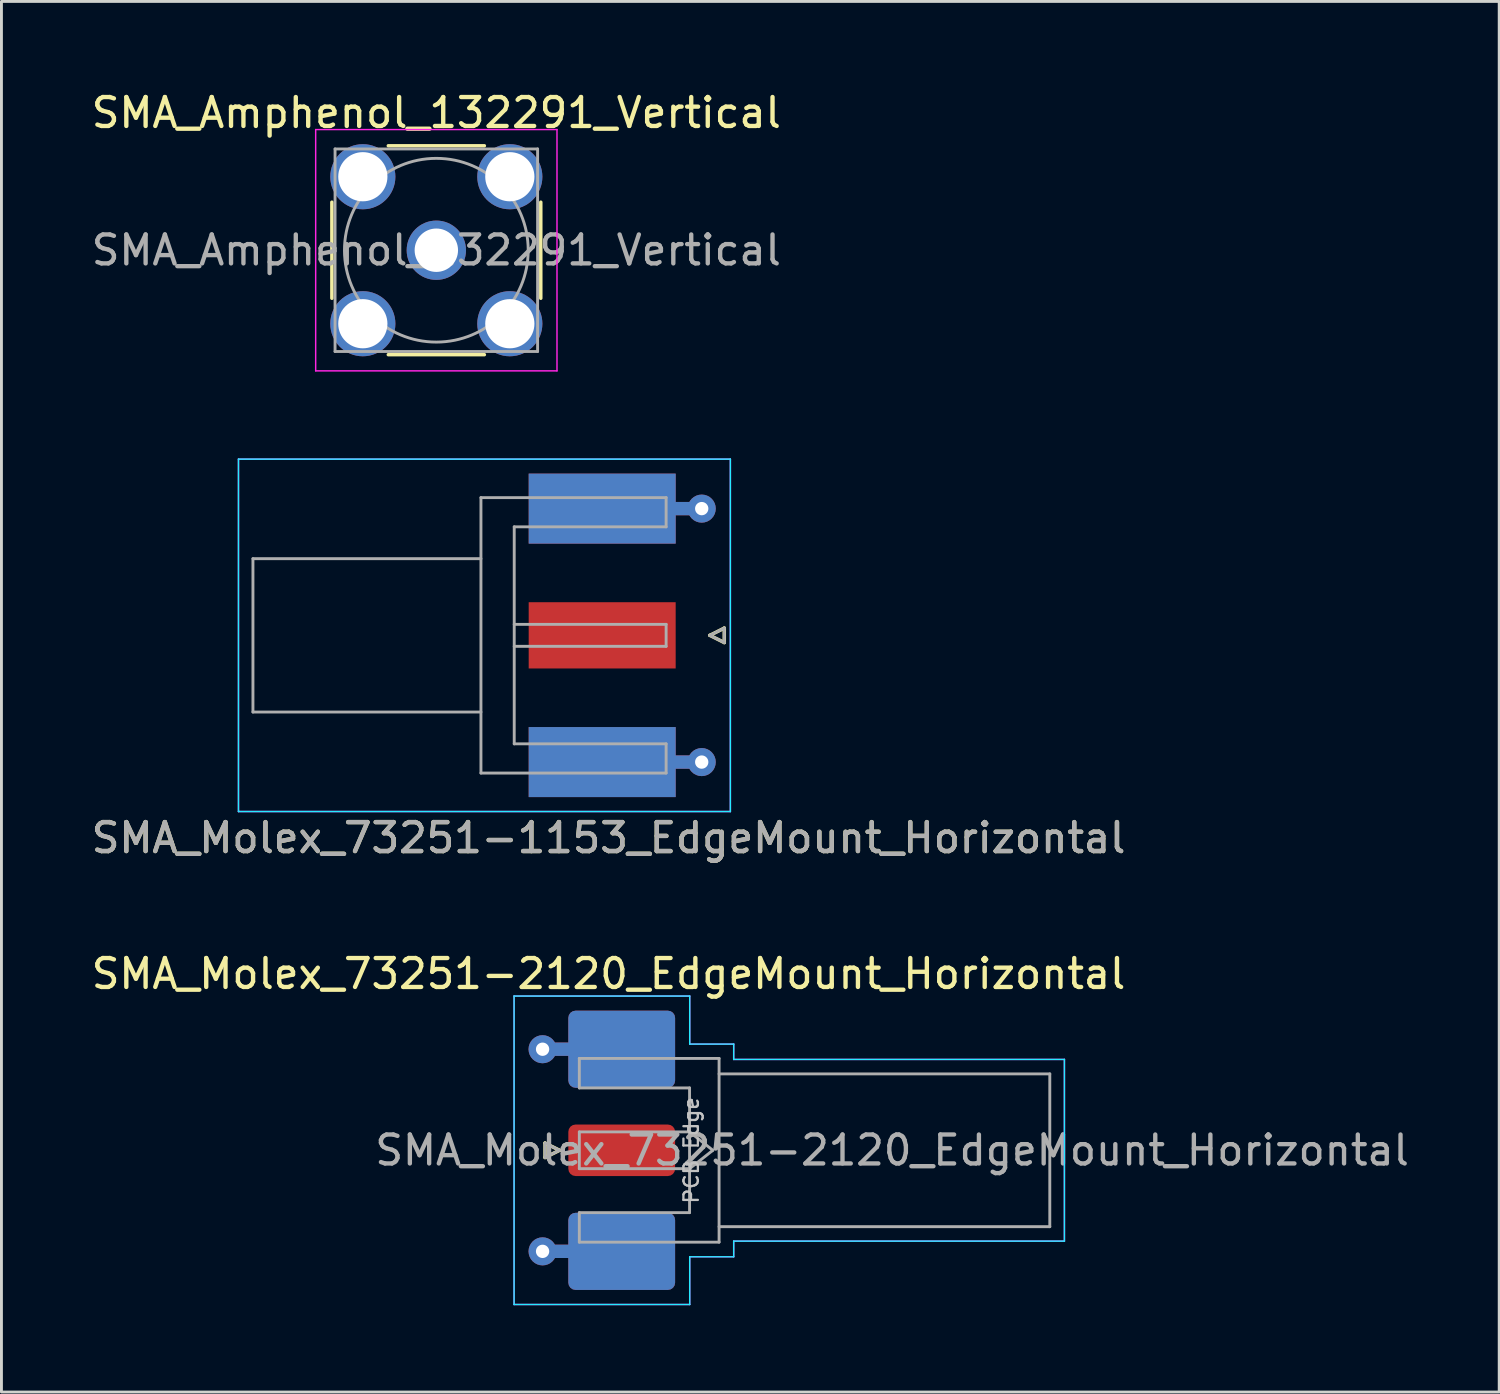
<source format=kicad_pcb>
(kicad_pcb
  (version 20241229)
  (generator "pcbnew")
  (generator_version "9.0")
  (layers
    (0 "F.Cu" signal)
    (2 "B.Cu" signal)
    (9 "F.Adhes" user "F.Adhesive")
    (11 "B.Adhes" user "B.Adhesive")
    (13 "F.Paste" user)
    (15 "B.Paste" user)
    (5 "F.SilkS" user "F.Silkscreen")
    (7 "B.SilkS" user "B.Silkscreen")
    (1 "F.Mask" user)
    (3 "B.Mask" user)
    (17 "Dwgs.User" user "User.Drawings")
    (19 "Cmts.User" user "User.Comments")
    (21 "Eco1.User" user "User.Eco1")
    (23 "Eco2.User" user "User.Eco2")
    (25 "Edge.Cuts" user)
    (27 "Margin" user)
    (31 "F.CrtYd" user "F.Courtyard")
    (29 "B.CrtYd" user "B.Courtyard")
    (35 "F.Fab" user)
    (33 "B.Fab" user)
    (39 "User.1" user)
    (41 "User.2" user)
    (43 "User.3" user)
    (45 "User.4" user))
  (footprint "SMA_Amphenol_132291_Vertical"
    (layer "F.Cu")
    (at 12.03 5.598)
    (property "Reference" "SMA_Amphenol_132291_Vertical" (at 0 -4.75 0) (layer "F.SilkS") (effects (font (size 1 1) (thickness 0.15))))
    (attr through_hole)
    (fp_line (start -3.61 -1.66) (end -3.61 1.66) (stroke (width 0.12) (type solid)) (layer "F.SilkS"))
    (fp_line (start -1.66 -3.61) (end 1.66 -3.61) (stroke (width 0.12) (type solid)) (layer "F.SilkS"))
    (fp_line (start -1.66 3.61) (end 1.66 3.61) (stroke (width 0.12) (type solid)) (layer "F.SilkS"))
    (fp_line (start 3.61 -1.66) (end 3.61 1.66) (stroke (width 0.12) (type solid)) (layer "F.SilkS"))
    (fp_line (start -4.17 -4.17) (end -4.17 4.17) (stroke (width 0.05) (type solid)) (layer "F.CrtYd"))
    (fp_line (start -4.17 -4.17) (end 4.17 -4.17) (stroke (width 0.05) (type solid)) (layer "F.CrtYd"))
    (fp_line (start 4.17 4.17) (end -4.17 4.17) (stroke (width 0.05) (type solid)) (layer "F.CrtYd"))
    (fp_line (start 4.17 4.17) (end 4.17 -4.17) (stroke (width 0.05) (type solid)) (layer "F.CrtYd"))
    (fp_line (start -3.5 -3.5) (end -3.5 3.5) (stroke (width 0.1) (type solid)) (layer "F.Fab"))
    (fp_line (start -3.5 -3.5) (end 3.5 -3.5) (stroke (width 0.1) (type solid)) (layer "F.Fab"))
    (fp_line (start -3.5 3.5) (end 3.5 3.5) (stroke (width 0.1) (type solid)) (layer "F.Fab"))
    (fp_line (start 3.5 -3.5) (end 3.5 3.5) (stroke (width 0.1) (type solid)) (layer "F.Fab"))
    (fp_circle (center 0 0) (end 3.175 0) (stroke (width 0.1) (type solid)) (fill no) (layer "F.Fab"))
    (fp_text user "${REFERENCE}" (at 0 0 0) (layer "F.Fab") (effects (font (size 1 1) (thickness 0.15))))
    (pad "1" thru_hole circle (at 0 0) (size 2.05 2.05) (drill 1.5) (layers "*.Cu" "*.Mask"))
    (pad "2" thru_hole circle (at -2.54 -2.54) (size 2.25 2.25) (drill 1.7) (layers "*.Cu" "*.Mask"))
    (pad "2" thru_hole circle (at -2.54 2.54) (size 2.25 2.25) (drill 1.7) (layers "*.Cu" "*.Mask"))
    (pad "2" thru_hole circle (at 2.54 -2.54) (size 2.25 2.25) (drill 1.7) (layers "*.Cu" "*.Mask"))
    (pad "2" thru_hole circle (at 2.54 2.54) (size 2.25 2.25) (drill 1.7) (layers "*.Cu" "*.Mask")))
  (footprint "SMA_Molex_73251-1153_EdgeMount_Horizontal"
    (layer "F.Cu")
    (at 19.482 18.908)
    (property "Reference" "SMA_Molex_73251-1153_EdgeMount_Horizontal" (at -1.5 7 0) (layer "F.SilkS") (effects (font (size 1 1) (thickness 0.15))))
    (attr smd)
    (fp_line (start 2 0) (end 2.5 -0.25) (stroke (width 0.12) (type solid)) (layer "F.SilkS"))
    (fp_line (start 2.5 -0.25) (end 2.5 0.25) (stroke (width 0.12) (type solid)) (layer "F.SilkS"))
    (fp_line (start 2.5 0.25) (end 2 0) (stroke (width 0.12) (type solid)) (layer "F.SilkS"))
    (fp_line (start -14.29 -6.09) (end -14.29 6.09) (stroke (width 0.05) (type solid)) (layer "B.CrtYd"))
    (fp_line (start -14.29 -6.09) (end 2.71 -6.09) (stroke (width 0.05) (type solid)) (layer "B.CrtYd"))
    (fp_line (start -14.29 6.09) (end 2.71 6.09) (stroke (width 0.05) (type solid)) (layer "B.CrtYd"))
    (fp_line (start 2.71 -6.09) (end 2.71 6.09) (stroke (width 0.05) (type solid)) (layer "B.CrtYd"))
    (fp_line (start -14.29 -6.09) (end -14.29 6.09) (stroke (width 0.05) (type solid)) (layer "F.CrtYd"))
    (fp_line (start -14.29 6.09) (end 2.71 6.09) (stroke (width 0.05) (type solid)) (layer "F.CrtYd"))
    (fp_line (start 2.71 -6.09) (end -14.29 -6.09) (stroke (width 0.05) (type solid)) (layer "F.CrtYd"))
    (fp_line (start 2.71 -6.09) (end 2.71 6.09) (stroke (width 0.05) (type solid)) (layer "F.CrtYd"))
    (fp_line (start -13.79 -2.65) (end -13.79 2.65) (stroke (width 0.1) (type solid)) (layer "F.Fab"))
    (fp_line (start -13.79 -2.65) (end -5.91 -2.65) (stroke (width 0.1) (type solid)) (layer "F.Fab"))
    (fp_line (start -13.79 2.65) (end -5.91 2.65) (stroke (width 0.1) (type solid)) (layer "F.Fab"))
    (fp_line (start -5.91 -4.76) (end -5.91 4.76) (stroke (width 0.1) (type solid)) (layer "F.Fab"))
    (fp_line (start -5.91 4.76) (end 0.49 4.76) (stroke (width 0.1) (type solid)) (layer "F.Fab"))
    (fp_line (start -4.76 -3.75) (end -4.76 3.75) (stroke (width 0.1) (type solid)) (layer "F.Fab"))
    (fp_line (start -4.76 -3.75) (end 0.49 -3.75) (stroke (width 0.1) (type solid)) (layer "F.Fab"))
    (fp_line (start -4.76 -0.38) (end 0.49 -0.38) (stroke (width 0.1) (type solid)) (layer "F.Fab"))
    (fp_line (start -4.76 0.38) (end 0.49 0.38) (stroke (width 0.1) (type solid)) (layer "F.Fab"))
    (fp_line (start -4.76 3.75) (end 0.49 3.75) (stroke (width 0.1) (type solid)) (layer "F.Fab"))
    (fp_line (start 0.49 -4.76) (end -5.91 -4.76) (stroke (width 0.1) (type solid)) (layer "F.Fab"))
    (fp_line (start 0.49 -4.76) (end 0.49 -3.75) (stroke (width 0.1) (type solid)) (layer "F.Fab"))
    (fp_line (start 0.49 -0.38) (end 0.49 0.38) (stroke (width 0.1) (type solid)) (layer "F.Fab"))
    (fp_line (start 0.49 3.75) (end 0.49 4.76) (stroke (width 0.1) (type solid)) (layer "F.Fab"))
    (fp_line (start 2 0) (end 2.5 0.25) (stroke (width 0.1) (type solid)) (layer "F.Fab"))
    (fp_line (start 2.5 -0.25) (end 2 0) (stroke (width 0.1) (type solid)) (layer "F.Fab"))
    (fp_line (start 2.5 0.25) (end 2.5 -0.25) (stroke (width 0.1) (type solid)) (layer "F.Fab"))
    (fp_text user "${REFERENCE}" (at -1.5 7 0) (layer "F.Fab") (effects (font (size 1 1) (thickness 0.15))))
    (pad "1" smd rect (at -1.72 0) (size 5.08 2.29) (layers "F.Cu" "F.Mask" "F.Paste"))
    (pad "2" smd rect (at -1.72 -4.38) (size 5.08 2.42) (layers "F.Cu" "F.Mask" "F.Paste"))
    (pad "2" smd rect (at -1.72 -4.38) (size 5.08 2.42) (layers "B.Cu" "B.Mask" "B.Paste"))
    (pad "2" smd rect (at -1.72 4.38) (size 5.08 2.42) (layers "F.Cu" "F.Mask" "F.Paste"))
    (pad "2" smd rect (at -1.72 4.38) (size 5.08 2.42) (layers "B.Cu" "B.Mask" "B.Paste"))
    (pad "2" smd rect (at 1.27 -4.38) (size 0.95 0.46) (layers "F.Cu"))
    (pad "2" smd rect (at 1.27 -4.38) (size 0.95 0.46) (layers "B.Cu"))
    (pad "2" smd rect (at 1.27 4.38) (size 0.95 0.46) (layers "F.Cu"))
    (pad "2" smd rect (at 1.27 4.38) (size 0.95 0.46) (layers "B.Cu"))
    (pad "2" thru_hole circle (at 1.72 -4.38) (size 0.97 0.97) (drill 0.46) (layers "*.Cu"))
    (pad "2" thru_hole circle (at 1.72 4.38) (size 0.97 0.97) (drill 0.46) (layers "*.Cu")))
  (footprint "SMA_Molex_73251-2120_EdgeMount_Horizontal"
    (layer "F.Cu")
    (at 18.687 36.705)
    (property "Reference" "SMA_Molex_73251-2120_EdgeMount_Horizontal" (at -0.705 -6.1 0) (layer "F.SilkS") (effects (font (size 1 1) (thickness 0.15))))
    (attr smd)
    (fp_line (start -0.25 -3.493) (end -2.985 -3.493) (stroke (width 0.46) (type default)) (layer "F.Cu"))
    (fp_line (start -0.25 3.493) (end -2.985 3.493) (stroke (width 0.46) (type default)) (layer "F.Cu"))
    (fp_line (start -0.25 -3.493) (end -2.985 -3.493) (stroke (width 0.46) (type default)) (layer "B.Cu"))
    (fp_line (start -0.25 3.493) (end -2.985 3.493) (stroke (width 0.46) (type default)) (layer "B.Cu"))
    (fp_line (start -2.9 -0.25) (end -2.9 0.25) (stroke (width 0.12) (type solid)) (layer "F.SilkS"))
    (fp_line (start -2.9 0.25) (end -2.4 0) (stroke (width 0.12) (type solid)) (layer "F.SilkS"))
    (fp_line (start -2.4 0) (end -2.9 -0.25) (stroke (width 0.12) (type solid)) (layer "F.SilkS"))
    (fp_line (start -3.97 -5.33) (end -3.97 5.33) (stroke (width 0.05) (type solid)) (layer "B.CrtYd"))
    (fp_line (start -3.97 -5.33) (end 2.1 -5.33) (stroke (width 0.05) (type solid)) (layer "B.CrtYd"))
    (fp_line (start 2.1 -5.33) (end 2.1 -3.67) (stroke (width 0.05) (type default)) (layer "B.CrtYd"))
    (fp_line (start 2.1 -3.67) (end 3.62 -3.67) (stroke (width 0.05) (type default)) (layer "B.CrtYd"))
    (fp_line (start 2.1 3.68) (end 3.62 3.68) (stroke (width 0.05) (type default)) (layer "B.CrtYd"))
    (fp_line (start 2.1 5.33) (end -3.97 5.33) (stroke (width 0.05) (type solid)) (layer "B.CrtYd"))
    (fp_line (start 2.1 5.33) (end 2.1 3.68) (stroke (width 0.05) (type default)) (layer "B.CrtYd"))
    (fp_line (start 3.62 -3.67) (end 3.62 -3.14) (stroke (width 0.05) (type default)) (layer "B.CrtYd"))
    (fp_line (start 3.62 -3.14) (end 15.05 -3.14) (stroke (width 0.05) (type default)) (layer "B.CrtYd"))
    (fp_line (start 3.62 3.14) (end 15.05 3.14) (stroke (width 0.05) (type default)) (layer "B.CrtYd"))
    (fp_line (start 3.62 3.68) (end 3.62 3.14) (stroke (width 0.05) (type default)) (layer "B.CrtYd"))
    (fp_line (start 15.05 -3.14) (end 15.05 3.14) (stroke (width 0.05) (type solid)) (layer "B.CrtYd"))
    (fp_line (start -3.97 -5.33) (end -3.97 5.33) (stroke (width 0.05) (type solid)) (layer "F.CrtYd"))
    (fp_line (start -3.97 -5.33) (end 2.1 -5.33) (stroke (width 0.05) (type solid)) (layer "F.CrtYd"))
    (fp_line (start 2.1 -5.33) (end 2.1 -3.67) (stroke (width 0.05) (type default)) (layer "F.CrtYd"))
    (fp_line (start 2.1 -3.67) (end 3.62 -3.67) (stroke (width 0.05) (type default)) (layer "F.CrtYd"))
    (fp_line (start 2.1 3.68) (end 3.62 3.68) (stroke (width 0.05) (type default)) (layer "F.CrtYd"))
    (fp_line (start 2.1 5.33) (end -3.97 5.33) (stroke (width 0.05) (type solid)) (layer "F.CrtYd"))
    (fp_line (start 2.1 5.33) (end 2.1 3.68) (stroke (width 0.05) (type default)) (layer "F.CrtYd"))
    (fp_line (start 3.62 -3.67) (end 3.62 -3.14) (stroke (width 0.05) (type default)) (layer "F.CrtYd"))
    (fp_line (start 3.62 -3.14) (end 15.05 -3.14) (stroke (width 0.05) (type default)) (layer "F.CrtYd"))
    (fp_line (start 3.62 3.14) (end 15.05 3.14) (stroke (width 0.05) (type default)) (layer "F.CrtYd"))
    (fp_line (start 3.62 3.68) (end 3.62 3.14) (stroke (width 0.05) (type default)) (layer "F.CrtYd"))
    (fp_line (start 15.05 -3.14) (end 15.05 3.14) (stroke (width 0.05) (type solid)) (layer "F.CrtYd"))
    (fp_line (start -2.9 -0.25) (end -2.4 0) (stroke (width 0.1) (type solid)) (layer "F.Fab"))
    (fp_line (start -2.9 0.25) (end -2.9 -0.25) (stroke (width 0.1) (type solid)) (layer "F.Fab"))
    (fp_line (start -2.4 0) (end -2.9 0.25) (stroke (width 0.1) (type solid)) (layer "F.Fab"))
    (fp_line (start -1.715 -3.175) (end -1.715 -2.155) (stroke (width 0.1) (type solid)) (layer "F.Fab"))
    (fp_line (start -1.715 -3.175) (end 3.115 -3.175) (stroke (width 0.1) (type solid)) (layer "F.Fab"))
    (fp_line (start -1.715 -0.635) (end -1.715 0.635) (stroke (width 0.1) (type solid)) (layer "F.Fab"))
    (fp_line (start -1.715 3.175) (end -1.715 2.155) (stroke (width 0.1) (type solid)) (layer "F.Fab"))
    (fp_line (start 2.095 -2.155) (end -1.715 -2.155) (stroke (width 0.1) (type solid)) (layer "F.Fab"))
    (fp_line (start 2.095 -2.155) (end 2.095 2.155) (stroke (width 0.1) (type solid)) (layer "F.Fab"))
    (fp_line (start 2.095 -0.635) (end -1.715 -0.635) (stroke (width 0.1) (type solid)) (layer "F.Fab"))
    (fp_line (start 2.095 -0.635) (end 2.9 0) (stroke (width 0.1) (type solid)) (layer "F.Fab"))
    (fp_line (start 2.095 0.635) (end -1.715 0.635) (stroke (width 0.1) (type solid)) (layer "F.Fab"))
    (fp_line (start 2.095 2.155) (end -1.715 2.155) (stroke (width 0.1) (type solid)) (layer "F.Fab"))
    (fp_line (start 2.9 0) (end 2.095 0.635) (stroke (width 0.1) (type solid)) (layer "F.Fab"))
    (fp_line (start 3.115 -3.175) (end 3.115 3.175) (stroke (width 0.1) (type solid)) (layer "F.Fab"))
    (fp_line (start 3.115 3.175) (end -1.715 3.175) (stroke (width 0.1) (type solid)) (layer "F.Fab"))
    (fp_line (start 14.545 -2.64) (end 3.115 -2.64) (stroke (width 0.1) (type solid)) (layer "F.Fab"))
    (fp_line (start 14.545 -2.64) (end 14.545 2.64) (stroke (width 0.1) (type solid)) (layer "F.Fab"))
    (fp_line (start 14.545 2.64) (end 3.115 2.64) (stroke (width 0.1) (type solid)) (layer "F.Fab"))
    (fp_text user "PCB Edge" (at 2.155 0 270) (layer "Dwgs.User") (effects (font (size 0.5 0.5) (thickness 0.08))))
    (fp_text user "${REFERENCE}" (at 9.095 0 0) (layer "F.Fab") (effects (font (size 1 1) (thickness 0.15))))
    (pad "1" smd roundrect (at -0.25 0) (size 3.69 1.78) (layers "F.Cu" "F.Mask" "F.Paste") (roundrect_rratio 0.14))
    (pad "2" thru_hole circle (at -2.985 -3.493) (size 0.97 0.97) (drill 0.46) (layers "*.Cu"))
    (pad "2" thru_hole circle (at -2.985 3.493) (size 0.97 0.97) (drill 0.46) (layers "*.Cu"))
    (pad "2" smd roundrect (at -0.25 -3.493) (size 3.69 2.665) (layers "F.Cu" "F.Mask" "F.Paste") (roundrect_rratio 0.094))
    (pad "2" smd roundrect (at -0.25 -3.493) (size 3.69 2.665) (layers "B.Cu" "B.Mask" "B.Paste") (roundrect_rratio 0.094))
    (pad "2" smd roundrect (at -0.25 3.493) (size 3.69 2.665) (layers "F.Cu" "F.Mask" "F.Paste") (roundrect_rratio 0.094))
    (pad "2" smd roundrect (at -0.25 3.493) (size 3.69 2.665) (layers "B.Cu" "B.Mask" "B.Paste") (roundrect_rratio 0.094)))
  (gr_rect
    (start -3 -3)
    (end 48.764 45.06)
    (stroke (width 0.1) (type default))
    (fill no)
    (layer "Edge.Cuts")))
</source>
